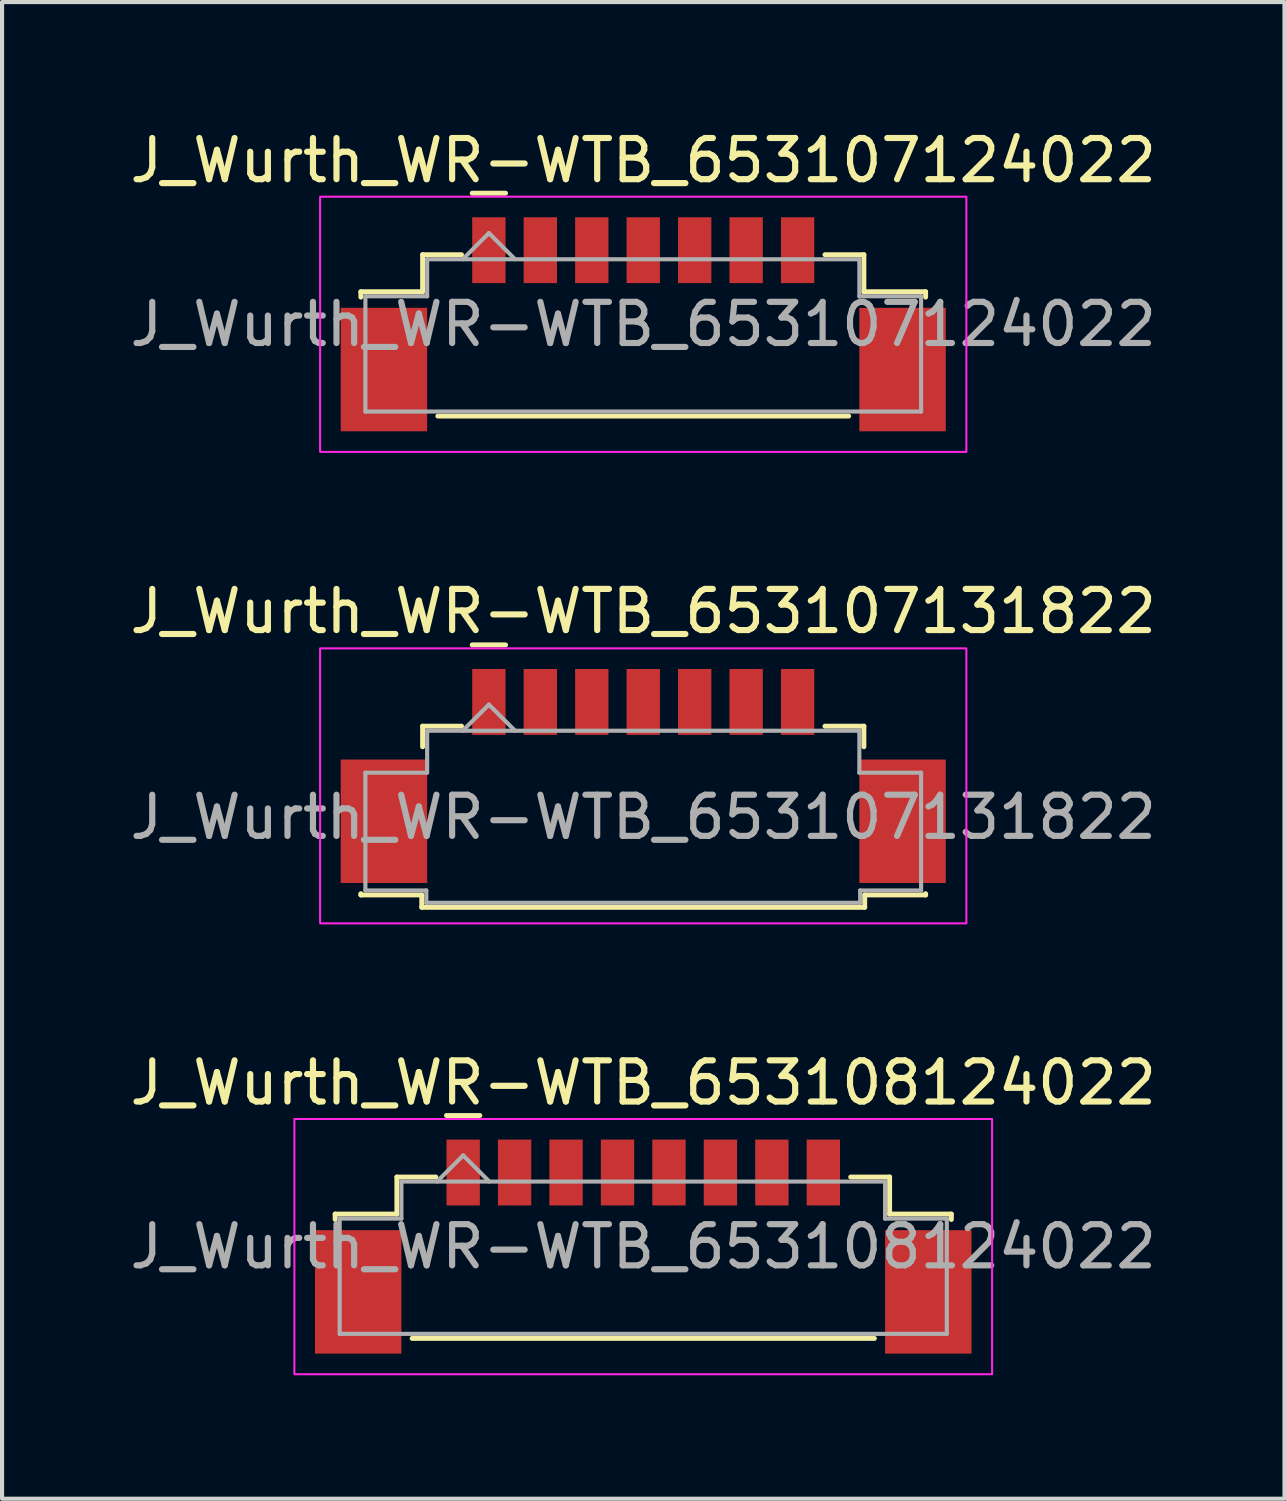
<source format=kicad_pcb>
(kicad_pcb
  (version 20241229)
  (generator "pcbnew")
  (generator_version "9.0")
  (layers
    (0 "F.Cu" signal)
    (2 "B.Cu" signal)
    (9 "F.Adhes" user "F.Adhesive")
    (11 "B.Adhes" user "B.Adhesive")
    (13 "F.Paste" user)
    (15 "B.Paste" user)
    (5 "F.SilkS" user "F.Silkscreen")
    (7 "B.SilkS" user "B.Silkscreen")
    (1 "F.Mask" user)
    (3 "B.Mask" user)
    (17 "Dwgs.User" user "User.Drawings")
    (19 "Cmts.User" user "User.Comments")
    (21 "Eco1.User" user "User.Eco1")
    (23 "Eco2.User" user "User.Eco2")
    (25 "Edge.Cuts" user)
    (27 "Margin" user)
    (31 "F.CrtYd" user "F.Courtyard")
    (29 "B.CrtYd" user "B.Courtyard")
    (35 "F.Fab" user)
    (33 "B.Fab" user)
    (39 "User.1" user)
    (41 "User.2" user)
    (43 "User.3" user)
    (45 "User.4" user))
  (footprint "J_Wurth_WR-WTB_653108124022"
    (layer "F.Cu")
    (at 12.577 27.505)
    (property "Reference" "J_Wurth_WR-WTB_653108124022" (at 0 -4.25 0) (unlocked yes) (layer "F.SilkS") (effects (font (size 1 1) (thickness 0.15))))
    (attr smd)
    (fp_line (start -7.485 -1.06) (end -7.485 -0.93) (stroke (width 0.12) (type solid)) (layer "F.SilkS"))
    (fp_line (start -5.985 -1.96) (end -5.985 -1.06) (stroke (width 0.12) (type solid)) (layer "F.SilkS"))
    (fp_line (start -5.985 -1.06) (end -7.485 -1.06) (stroke (width 0.12) (type solid)) (layer "F.SilkS"))
    (fp_line (start -5.615 1.96) (end 5.615 1.96) (stroke (width 0.12) (type solid)) (layer "F.SilkS"))
    (fp_line (start -5.04 -1.96) (end -5.985 -1.96) (stroke (width 0.12) (type solid)) (layer "F.SilkS"))
    (fp_line (start -4.78 -3.455) (end -3.97 -3.455) (stroke (width 0.12) (type solid)) (layer "F.SilkS"))
    (fp_line (start 5.985 -1.96) (end 5.04 -1.96) (stroke (width 0.12) (type solid)) (layer "F.SilkS"))
    (fp_line (start 5.985 -1.06) (end 5.985 -1.96) (stroke (width 0.12) (type solid)) (layer "F.SilkS"))
    (fp_line (start 7.485 -1.06) (end 5.985 -1.06) (stroke (width 0.12) (type solid)) (layer "F.SilkS"))
    (fp_line (start 7.485 -1.06) (end 7.485 -0.93) (stroke (width 0.12) (type solid)) (layer "F.SilkS"))
    (fp_rect (start -8.475 -3.37) (end 8.475 2.83) (stroke (width 0.05) (type solid)) (fill no) (layer "F.CrtYd"))
    (fp_line (start -7.375 -0.95) (end -5.875 -0.95) (stroke (width 0.1) (type solid)) (layer "F.Fab"))
    (fp_line (start -7.375 1.85) (end -7.375 -0.95) (stroke (width 0.1) (type solid)) (layer "F.Fab"))
    (fp_line (start -5.875 -1.85) (end 5.875 -1.85) (stroke (width 0.1) (type solid)) (layer "F.Fab"))
    (fp_line (start -5.875 -0.95) (end -5.875 -1.85) (stroke (width 0.1) (type solid)) (layer "F.Fab"))
    (fp_line (start -4.375 -2.485) (end -5.01 -1.85) (stroke (width 0.1) (type default)) (layer "F.Fab"))
    (fp_line (start -3.74 -1.85) (end -4.375 -2.485) (stroke (width 0.1) (type default)) (layer "F.Fab"))
    (fp_line (start 5.875 -0.95) (end 5.875 -1.85) (stroke (width 0.1) (type solid)) (layer "F.Fab"))
    (fp_line (start 7.375 -0.95) (end 5.875 -0.95) (stroke (width 0.1) (type solid)) (layer "F.Fab"))
    (fp_line (start 7.375 1.85) (end -7.375 1.85) (stroke (width 0.1) (type solid)) (layer "F.Fab"))
    (fp_line (start 7.375 1.85) (end 7.375 -0.95) (stroke (width 0.1) (type solid)) (layer "F.Fab"))
    (fp_text user "${REFERENCE}" (at 0 -0.27 0) (unlocked yes) (layer "F.Fab") (effects (font (size 1 1) (thickness 0.15))))
    (pad "1" smd rect (at -4.375 -2.07) (size 0.81 1.6) (layers "F.Cu" "F.Mask" "F.Paste"))
    (pad "2" smd rect (at -3.125 -2.07) (size 0.81 1.6) (layers "F.Cu" "F.Mask" "F.Paste"))
    (pad "3" smd rect (at -1.875 -2.07) (size 0.81 1.6) (layers "F.Cu" "F.Mask" "F.Paste"))
    (pad "4" smd rect (at -0.625 -2.07) (size 0.81 1.6) (layers "F.Cu" "F.Mask" "F.Paste"))
    (pad "5" smd rect (at 0.625 -2.07) (size 0.81 1.6) (layers "F.Cu" "F.Mask" "F.Paste"))
    (pad "6" smd rect (at 1.875 -2.07) (size 0.81 1.6) (layers "F.Cu" "F.Mask" "F.Paste"))
    (pad "7" smd rect (at 3.125 -2.07) (size 0.81 1.6) (layers "F.Cu" "F.Mask" "F.Paste"))
    (pad "8" smd rect (at 4.375 -2.07) (size 0.81 1.6) (layers "F.Cu" "F.Mask" "F.Paste"))
    (pad "MP1" smd rect (at -6.925 0.83) (size 2.1 3) (layers "F.Cu" "F.Mask" "F.Paste"))
    (pad "MP2" smd rect (at 6.925 0.83) (size 2.1 3) (layers "F.Cu" "F.Mask" "F.Paste")))
  (footprint "J_Wurth_WR-WTB_653107131822"
    (layer "F.Cu")
    (at 12.577 16.802)
    (property "Reference" "J_Wurth_WR-WTB_653107131822" (at 0 -5 0) (unlocked yes) (layer "F.SilkS") (effects (font (size 1 1) (thickness 0.15))))
    (attr smd)
    (fp_line (start -6.86 1.86) (end -6.86 1.89) (stroke (width 0.12) (type solid)) (layer "F.SilkS"))
    (fp_line (start -6.86 1.89) (end -5.38 1.89) (stroke (width 0.12) (type default)) (layer "F.SilkS"))
    (fp_line (start -5.38 1.89) (end -5.38 2.19) (stroke (width 0.12) (type default)) (layer "F.SilkS"))
    (fp_line (start -5.38 2.19) (end 5.38 2.19) (stroke (width 0.12) (type default)) (layer "F.SilkS"))
    (fp_line (start -5.36 -2.21) (end -5.36 -1.71) (stroke (width 0.12) (type default)) (layer "F.SilkS"))
    (fp_line (start -4.415 -2.21) (end -5.36 -2.21) (stroke (width 0.12) (type solid)) (layer "F.SilkS"))
    (fp_line (start -4.155 -4.185) (end -3.345 -4.185) (stroke (width 0.12) (type solid)) (layer "F.SilkS"))
    (fp_line (start 4.415 -2.21) (end 5.36 -2.21) (stroke (width 0.12) (type solid)) (layer "F.SilkS"))
    (fp_line (start 5.36 -2.21) (end 5.36 -1.71) (stroke (width 0.12) (type default)) (layer "F.SilkS"))
    (fp_line (start 5.38 1.89) (end 6.86 1.89) (stroke (width 0.12) (type default)) (layer "F.SilkS"))
    (fp_line (start 5.38 2.19) (end 5.38 1.89) (stroke (width 0.12) (type default)) (layer "F.SilkS"))
    (fp_line (start 6.86 1.89) (end 6.86 1.86) (stroke (width 0.12) (type solid)) (layer "F.SilkS"))
    (fp_rect (start -7.85 -4.1) (end 7.85 2.58) (stroke (width 0.05) (type solid)) (fill no) (layer "F.CrtYd"))
    (fp_line (start -6.75 -1.08) (end -5.25 -1.08) (stroke (width 0.1) (type default)) (layer "F.Fab"))
    (fp_line (start -6.75 1.78) (end -6.75 -1.08) (stroke (width 0.1) (type solid)) (layer "F.Fab"))
    (fp_line (start -6.75 1.78) (end -5.27 1.78) (stroke (width 0.1) (type solid)) (layer "F.Fab"))
    (fp_line (start -5.27 1.78) (end -5.27 2.08) (stroke (width 0.1) (type solid)) (layer "F.Fab"))
    (fp_line (start -5.27 2.08) (end 5.27 2.08) (stroke (width 0.1) (type default)) (layer "F.Fab"))
    (fp_line (start -5.25 -2.1) (end -5.25 -1.08) (stroke (width 0.1) (type solid)) (layer "F.Fab"))
    (fp_line (start -5.25 -2.1) (end 5.25 -2.1) (stroke (width 0.1) (type solid)) (layer "F.Fab"))
    (fp_line (start -3.75 -2.735) (end -4.385 -2.1) (stroke (width 0.1) (type default)) (layer "F.Fab"))
    (fp_line (start -3.115 -2.1) (end -3.75 -2.735) (stroke (width 0.1) (type default)) (layer "F.Fab"))
    (fp_line (start 5.25 -2.1) (end 5.25 -1.08) (stroke (width 0.1) (type solid)) (layer "F.Fab"))
    (fp_line (start 5.27 1.78) (end 5.27 2.08) (stroke (width 0.1) (type solid)) (layer "F.Fab"))
    (fp_line (start 6.75 -1.08) (end 5.25 -1.08) (stroke (width 0.1) (type default)) (layer "F.Fab"))
    (fp_line (start 6.75 1.78) (end 5.27 1.78) (stroke (width 0.1) (type solid)) (layer "F.Fab"))
    (fp_line (start 6.75 1.78) (end 6.75 -1.08) (stroke (width 0.1) (type solid)) (layer "F.Fab"))
    (fp_text user "${REFERENCE}" (at 0 0 0) (unlocked yes) (layer "F.Fab") (effects (font (size 1 1) (thickness 0.15))))
    (pad "1" smd rect (at -3.75 -2.8) (size 0.81 1.6) (layers "F.Cu" "F.Mask" "F.Paste"))
    (pad "2" smd rect (at -2.5 -2.8) (size 0.81 1.6) (layers "F.Cu" "F.Mask" "F.Paste"))
    (pad "3" smd rect (at -1.25 -2.8) (size 0.81 1.6) (layers "F.Cu" "F.Mask" "F.Paste"))
    (pad "4" smd rect (at 0 -2.8) (size 0.81 1.6) (layers "F.Cu" "F.Mask" "F.Paste"))
    (pad "5" smd rect (at 1.25 -2.8) (size 0.81 1.6) (layers "F.Cu" "F.Mask" "F.Paste"))
    (pad "6" smd rect (at 2.5 -2.8) (size 0.81 1.6) (layers "F.Cu" "F.Mask" "F.Paste"))
    (pad "7" smd rect (at 3.75 -2.8) (size 0.81 1.6) (layers "F.Cu" "F.Mask" "F.Paste"))
    (pad "MP1" smd rect (at -6.3 0.1) (size 2.1 3) (layers "F.Cu" "F.Mask" "F.Paste"))
    (pad "MP2" smd rect (at 6.3 0.1) (size 2.1 3) (layers "F.Cu" "F.Mask" "F.Paste")))
  (footprint "J_Wurth_WR-WTB_653107124022"
    (layer "F.Cu")
    (at 12.577 5.098)
    (property "Reference" "J_Wurth_WR-WTB_653107124022" (at 0 -4.25 0) (unlocked yes) (layer "F.SilkS") (effects (font (size 1 1) (thickness 0.15))))
    (attr smd)
    (fp_line (start -6.86 -1.06) (end -6.86 -0.93) (stroke (width 0.12) (type solid)) (layer "F.SilkS"))
    (fp_line (start -5.36 -1.96) (end -5.36 -1.06) (stroke (width 0.12) (type solid)) (layer "F.SilkS"))
    (fp_line (start -5.36 -1.06) (end -6.86 -1.06) (stroke (width 0.12) (type solid)) (layer "F.SilkS"))
    (fp_line (start -4.99 1.96) (end 4.99 1.96) (stroke (width 0.12) (type solid)) (layer "F.SilkS"))
    (fp_line (start -4.415 -1.96) (end -5.36 -1.96) (stroke (width 0.12) (type solid)) (layer "F.SilkS"))
    (fp_line (start -4.155 -3.455) (end -3.345 -3.455) (stroke (width 0.12) (type solid)) (layer "F.SilkS"))
    (fp_line (start 5.36 -1.96) (end 4.415 -1.96) (stroke (width 0.12) (type solid)) (layer "F.SilkS"))
    (fp_line (start 5.36 -1.06) (end 5.36 -1.96) (stroke (width 0.12) (type solid)) (layer "F.SilkS"))
    (fp_line (start 6.86 -1.06) (end 5.36 -1.06) (stroke (width 0.12) (type solid)) (layer "F.SilkS"))
    (fp_line (start 6.86 -1.06) (end 6.86 -0.93) (stroke (width 0.12) (type solid)) (layer "F.SilkS"))
    (fp_rect (start -7.85 -3.37) (end 7.85 2.83) (stroke (width 0.05) (type solid)) (fill no) (layer "F.CrtYd"))
    (fp_line (start -6.75 -0.95) (end -5.25 -0.95) (stroke (width 0.1) (type solid)) (layer "F.Fab"))
    (fp_line (start -6.75 1.85) (end -6.75 -0.95) (stroke (width 0.1) (type solid)) (layer "F.Fab"))
    (fp_line (start -5.25 -1.85) (end 5.25 -1.85) (stroke (width 0.1) (type solid)) (layer "F.Fab"))
    (fp_line (start -5.25 -0.95) (end -5.25 -1.85) (stroke (width 0.1) (type solid)) (layer "F.Fab"))
    (fp_line (start -3.75 -2.485) (end -4.385 -1.85) (stroke (width 0.1) (type default)) (layer "F.Fab"))
    (fp_line (start -3.115 -1.85) (end -3.75 -2.485) (stroke (width 0.1) (type default)) (layer "F.Fab"))
    (fp_line (start 5.25 -0.95) (end 5.25 -1.85) (stroke (width 0.1) (type solid)) (layer "F.Fab"))
    (fp_line (start 6.75 -0.95) (end 5.25 -0.95) (stroke (width 0.1) (type solid)) (layer "F.Fab"))
    (fp_line (start 6.75 1.85) (end -6.75 1.85) (stroke (width 0.1) (type solid)) (layer "F.Fab"))
    (fp_line (start 6.75 1.85) (end 6.75 -0.95) (stroke (width 0.1) (type solid)) (layer "F.Fab"))
    (fp_text user "${REFERENCE}" (at 0 -0.27 0) (unlocked yes) (layer "F.Fab") (effects (font (size 1 1) (thickness 0.15))))
    (pad "1" smd rect (at -3.75 -2.07) (size 0.81 1.6) (layers "F.Cu" "F.Mask" "F.Paste"))
    (pad "2" smd rect (at -2.5 -2.07) (size 0.81 1.6) (layers "F.Cu" "F.Mask" "F.Paste"))
    (pad "3" smd rect (at -1.25 -2.07) (size 0.81 1.6) (layers "F.Cu" "F.Mask" "F.Paste"))
    (pad "4" smd rect (at 0 -2.07) (size 0.81 1.6) (layers "F.Cu" "F.Mask" "F.Paste"))
    (pad "5" smd rect (at 1.25 -2.07) (size 0.81 1.6) (layers "F.Cu" "F.Mask" "F.Paste"))
    (pad "6" smd rect (at 2.5 -2.07) (size 0.81 1.6) (layers "F.Cu" "F.Mask" "F.Paste"))
    (pad "7" smd rect (at 3.75 -2.07) (size 0.81 1.6) (layers "F.Cu" "F.Mask" "F.Paste"))
    (pad "MP1" smd rect (at -6.3 0.83) (size 2.1 3) (layers "F.Cu" "F.Mask" "F.Paste"))
    (pad "MP2" smd rect (at 6.3 0.83) (size 2.1 3) (layers "F.Cu" "F.Mask" "F.Paste")))
  (gr_rect
    (start -3 -3)
    (end 28.155 33.36)
    (stroke (width 0.1) (type default))
    (fill no)
    (layer "Edge.Cuts")))
</source>
